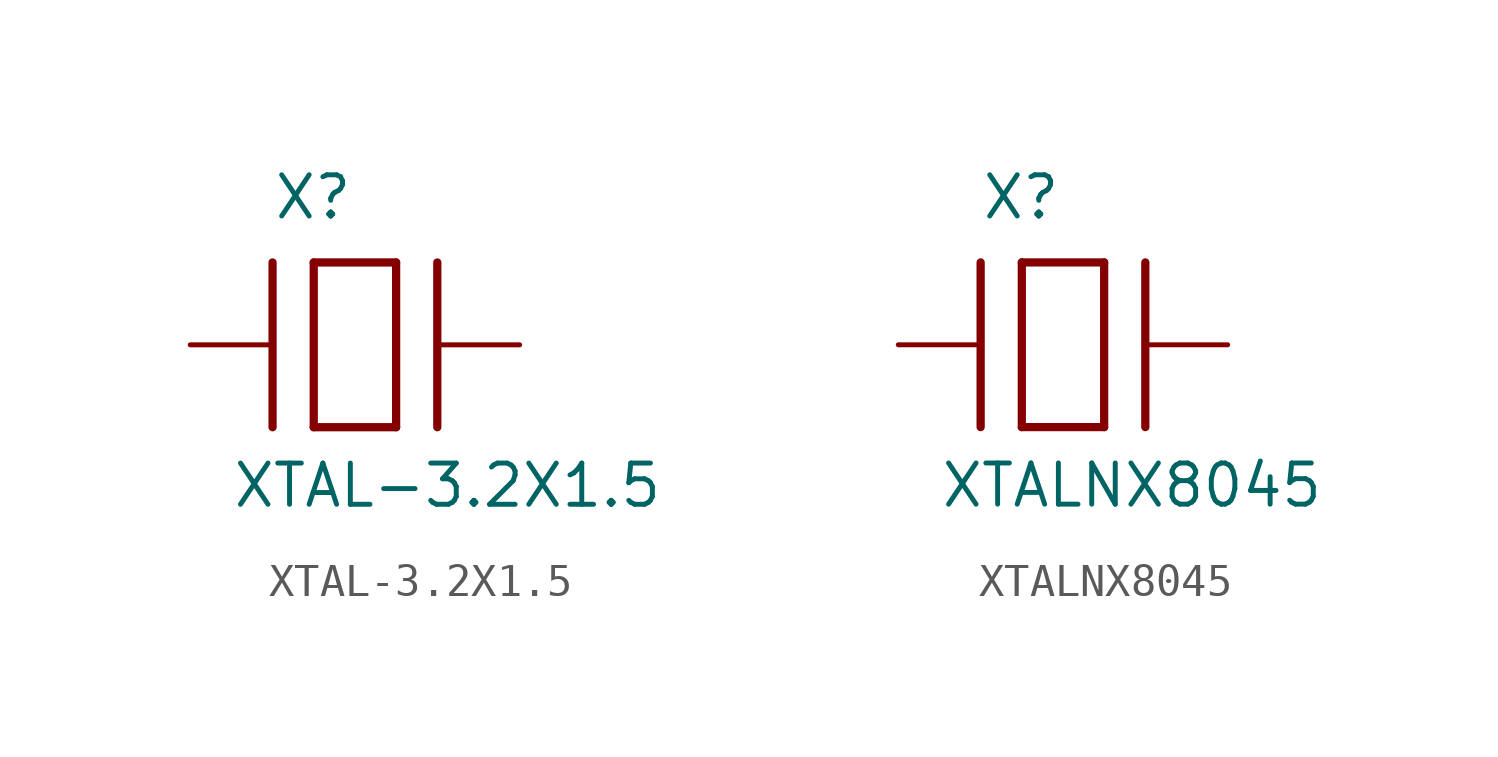
<source format=kicad_sym>
(kicad_symbol_lib
  (version 20211014)
  (generator kicad_symbol_editor)
  (symbol "XTAL-3.2X1.5"
    (property "Reference" "X"
      (at -2.54 3.81 0)
      (effects (font (size 1.27 1.27)) (justify left bottom)))
    (property "Value" "XTAL-3.2X1.5"
      (at -3.81 -5.08 0)
      (effects (font (size 1.27 1.27)) (justify left bottom)))
    (property "ki_locked" ""
      (at 0 0 0)
      (effects (font (size 1.27 1.27))))
    (symbol "XTAL-3.2X1.5_1_0"
      (polyline (pts (xy -2.54 2.54) (xy -2.54 -2.54)) (stroke (width 0.254) (type default) (color 0 0 0 0)) (fill (type none)))
      (polyline (pts (xy -1.27 -2.54) (xy 1.27 -2.54)) (stroke (width 0.254) (type default) (color 0 0 0 0)) (fill (type none)))
      (polyline (pts (xy -1.27 2.54) (xy -1.27 -2.54)) (stroke (width 0.254) (type default) (color 0 0 0 0)) (fill (type none)))
      (polyline (pts (xy 1.27 -2.54) (xy 1.27 2.54)) (stroke (width 0.254) (type default) (color 0 0 0 0)) (fill (type none)))
      (polyline (pts (xy 1.27 2.54) (xy -1.27 2.54)) (stroke (width 0.254) (type default) (color 0 0 0 0)) (fill (type none)))
      (polyline (pts (xy 2.54 2.54) (xy 2.54 -2.54)) (stroke (width 0.254) (type default) (color 0 0 0 0)) (fill (type none)))
      (pin bidirectional line (at -5.08 0 0) (length 2.54) (name "P$1" (effects (font (size 0 0)))) (number "P$1" (effects (font (size 0 0)))))
      (pin bidirectional line (at 5.08 0 180) (length 2.54) (name "P$2" (effects (font (size 0 0)))) (number "P$2" (effects (font (size 0 0)))))))
  (symbol "XTALNX8045"
    (property "Reference" "X"
      (at -2.54 3.81 0)
      (effects (font (size 1.27 1.27)) (justify left bottom)))
    (property "Value" "XTALNX8045"
      (at -3.81 -5.08 0)
      (effects (font (size 1.27 1.27)) (justify left bottom)))
    (property "ki_locked" ""
      (at 0 0 0)
      (effects (font (size 1.27 1.27))))
    (symbol "XTALNX8045_1_0"
      (polyline (pts (xy -2.54 2.54) (xy -2.54 -2.54)) (stroke (width 0.254) (type default) (color 0 0 0 0)) (fill (type none)))
      (polyline (pts (xy -1.27 -2.54) (xy 1.27 -2.54)) (stroke (width 0.254) (type default) (color 0 0 0 0)) (fill (type none)))
      (polyline (pts (xy -1.27 2.54) (xy -1.27 -2.54)) (stroke (width 0.254) (type default) (color 0 0 0 0)) (fill (type none)))
      (polyline (pts (xy 1.27 -2.54) (xy 1.27 2.54)) (stroke (width 0.254) (type default) (color 0 0 0 0)) (fill (type none)))
      (polyline (pts (xy 1.27 2.54) (xy -1.27 2.54)) (stroke (width 0.254) (type default) (color 0 0 0 0)) (fill (type none)))
      (polyline (pts (xy 2.54 2.54) (xy 2.54 -2.54)) (stroke (width 0.254) (type default) (color 0 0 0 0)) (fill (type none)))
      (pin bidirectional line (at -5.08 0 0) (length 2.54) (name "P$1" (effects (font (size 0 0)))) (number "P$1" (effects (font (size 0 0)))))
      (pin bidirectional line (at 5.08 0 180) (length 2.54) (name "P$2" (effects (font (size 0 0)))) (number "P$2" (effects (font (size 0 0))))))))
</source>
